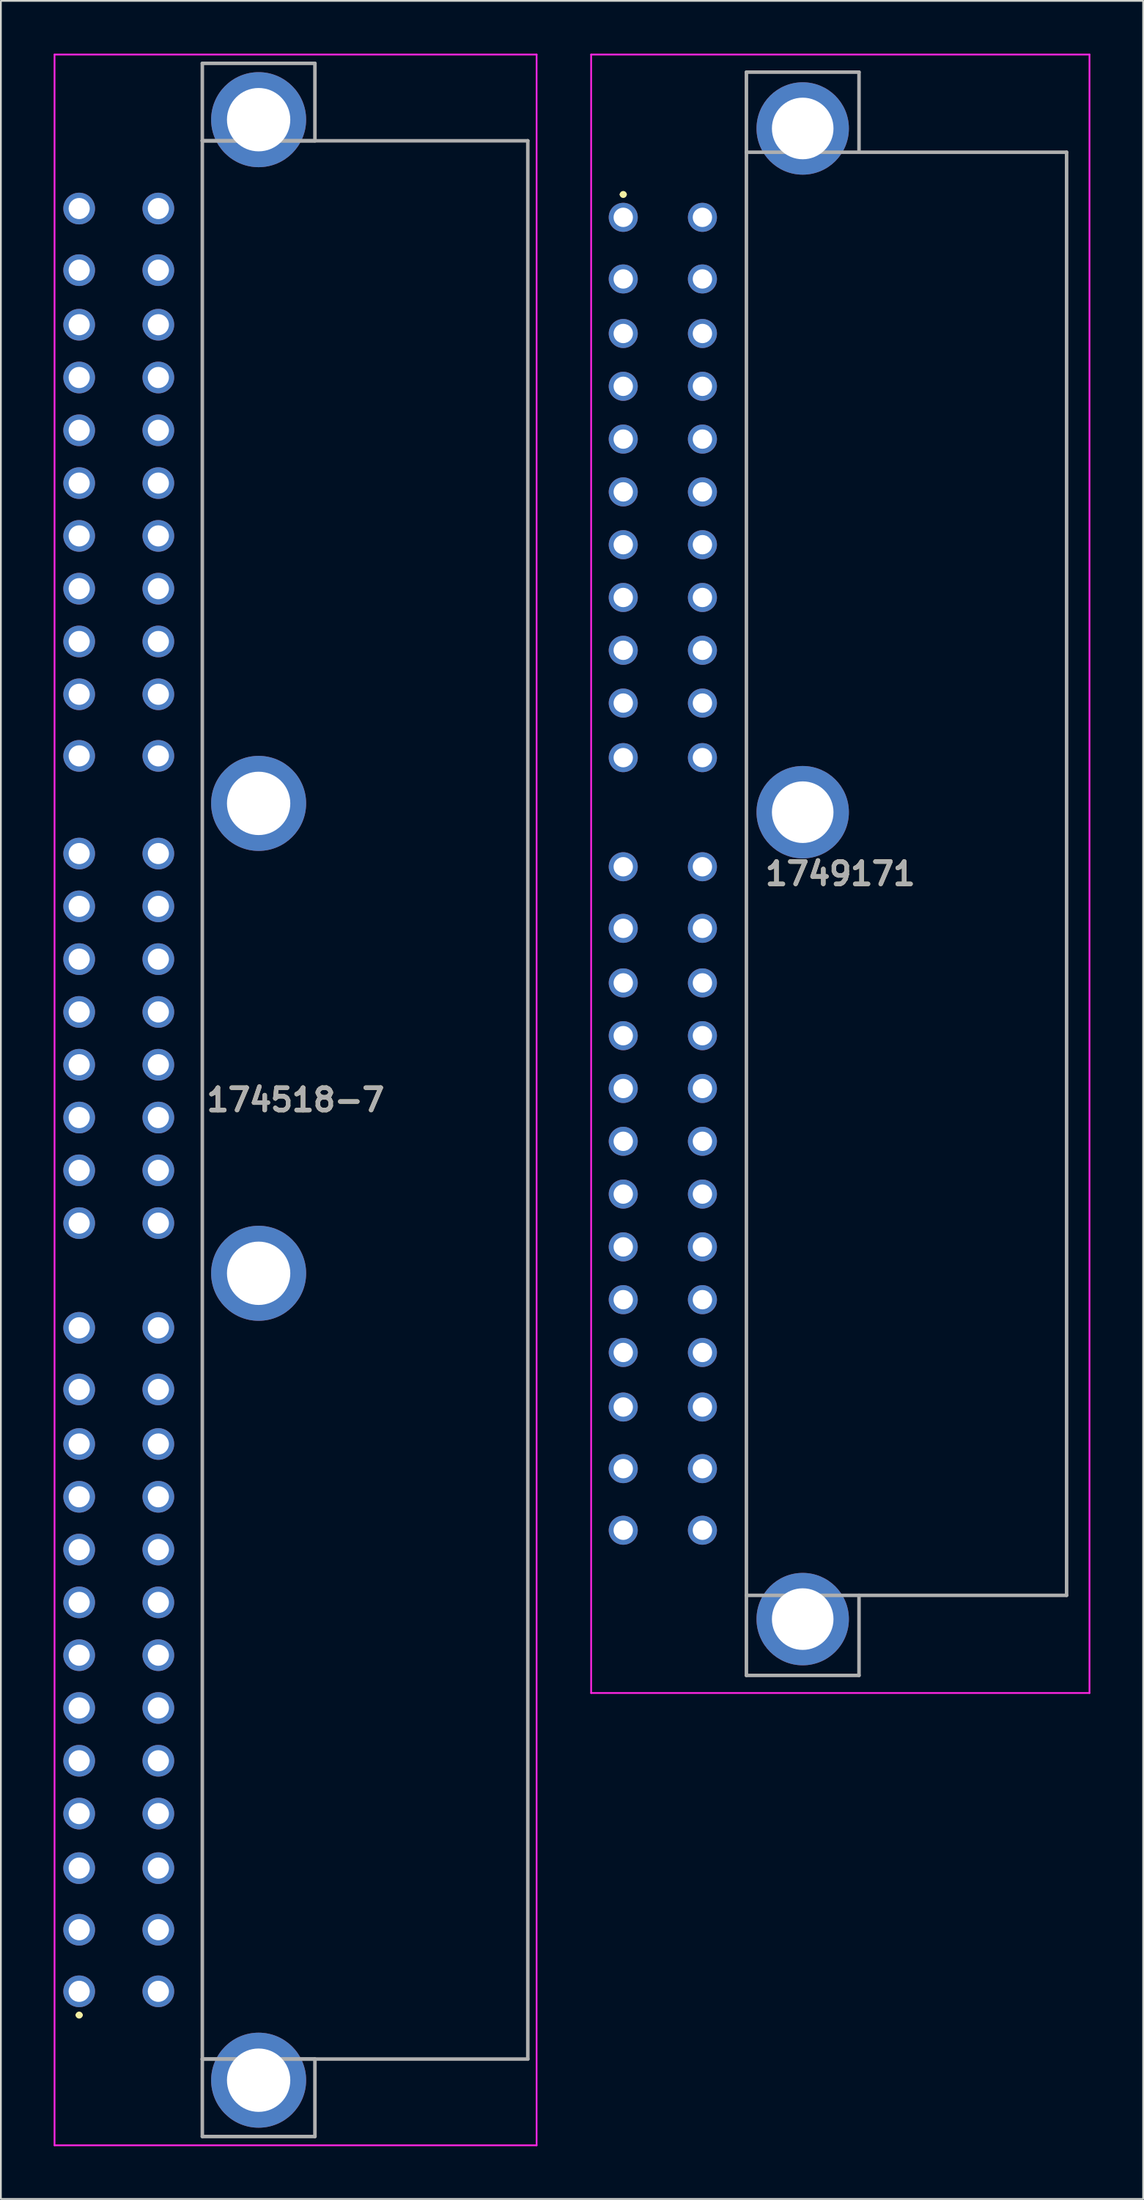
<source format=kicad_pcb>
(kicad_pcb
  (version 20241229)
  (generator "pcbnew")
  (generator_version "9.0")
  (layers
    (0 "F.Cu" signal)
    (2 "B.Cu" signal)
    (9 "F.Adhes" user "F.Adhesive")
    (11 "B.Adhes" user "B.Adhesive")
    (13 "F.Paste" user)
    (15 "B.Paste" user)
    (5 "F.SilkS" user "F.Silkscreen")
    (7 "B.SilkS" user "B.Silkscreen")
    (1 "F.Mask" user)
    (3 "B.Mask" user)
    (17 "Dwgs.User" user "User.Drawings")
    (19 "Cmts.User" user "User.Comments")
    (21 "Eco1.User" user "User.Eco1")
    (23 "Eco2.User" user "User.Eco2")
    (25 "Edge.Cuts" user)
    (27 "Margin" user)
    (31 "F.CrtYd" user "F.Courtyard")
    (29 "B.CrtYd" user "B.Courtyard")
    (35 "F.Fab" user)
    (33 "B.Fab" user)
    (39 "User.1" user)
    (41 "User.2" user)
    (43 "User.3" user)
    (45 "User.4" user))
  (footprint "174518-7"
    (layer "F.Cu")
    (at 1.45 110.1)
    (property "Reference" "174518-7" (at 12.3 -50.65 0) (layer "F.SilkS") (effects (font (size 1.27 1.27) (thickness 0.254))))
    (attr through_hole)
    (fp_line (start -0.1 1.35) (end -0.1 1.35) (stroke (width 0.2) (type solid)) (layer "F.SilkS"))
    (fp_line (start 0.1 1.35) (end 0.1 1.35) (stroke (width 0.2) (type solid)) (layer "F.SilkS"))
    (fp_line (start 7 3.85) (end 7 -105.15) (stroke (width 0.1) (type solid)) (layer "F.SilkS"))
    (fp_line (start 13.4 -105.15) (end 25.5 -105.15) (stroke (width 0.1) (type solid)) (layer "F.SilkS"))
    (fp_line (start 13.4 3.85) (end 25.5 3.85) (stroke (width 0.1) (type solid)) (layer "F.SilkS"))
    (fp_line (start 25.5 -105.15) (end 25.5 3.85) (stroke (width 0.1) (type solid)) (layer "F.SilkS"))
    (fp_arc (start -0.1 1.35) (mid 0 1.25) (end 0.1 1.35) (stroke (width 0.2) (type solid)) (layer "F.SilkS"))
    (fp_arc (start 0.1 1.35) (mid 0 1.45) (end -0.1 1.35) (stroke (width 0.2) (type solid)) (layer "F.SilkS"))
    (fp_line (start -1.4 -110.05) (end 26 -110.05) (stroke (width 0.1) (type solid)) (layer "F.CrtYd"))
    (fp_line (start -1.4 8.75) (end -1.4 -110.05) (stroke (width 0.1) (type solid)) (layer "F.CrtYd"))
    (fp_line (start 26 -110.05) (end 26 8.75) (stroke (width 0.1) (type solid)) (layer "F.CrtYd"))
    (fp_line (start 26 8.75) (end -1.4 8.75) (stroke (width 0.1) (type solid)) (layer "F.CrtYd"))
    (fp_line (start 7 -109.55) (end 7 -105.15) (stroke (width 0.2) (type solid)) (layer "F.Fab"))
    (fp_line (start 7 -105.15) (end 13.4 -105.15) (stroke (width 0.2) (type solid)) (layer "F.Fab"))
    (fp_line (start 7 -105.15) (end 25.5 -105.15) (stroke (width 0.2) (type solid)) (layer "F.Fab"))
    (fp_line (start 7 3.85) (end 7 -105.15) (stroke (width 0.2) (type solid)) (layer "F.Fab"))
    (fp_line (start 7 3.85) (end 13.4 3.85) (stroke (width 0.2) (type solid)) (layer "F.Fab"))
    (fp_line (start 7 8.25) (end 7 3.85) (stroke (width 0.2) (type solid)) (layer "F.Fab"))
    (fp_line (start 13.4 -109.55) (end 7 -109.55) (stroke (width 0.2) (type solid)) (layer "F.Fab"))
    (fp_line (start 13.4 -105.15) (end 13.4 -109.55) (stroke (width 0.2) (type solid)) (layer "F.Fab"))
    (fp_line (start 13.4 3.85) (end 13.4 8.25) (stroke (width 0.2) (type solid)) (layer "F.Fab"))
    (fp_line (start 13.4 8.25) (end 7 8.25) (stroke (width 0.2) (type solid)) (layer "F.Fab"))
    (fp_line (start 25.5 -105.15) (end 25.5 3.85) (stroke (width 0.2) (type solid)) (layer "F.Fab"))
    (fp_line (start 25.5 3.85) (end 7 3.85) (stroke (width 0.2) (type solid)) (layer "F.Fab"))
    (fp_text user "${REFERENCE}" (at 12.3 -50.65 0) (layer "F.Fab") (effects (font (size 1.27 1.27) (thickness 0.254))))
    (pad "1" thru_hole circle (at 0 0) (size 1.8 1.8) (drill 1.2) (layers "*.Cu" "*.Mask"))
    (pad "2" thru_hole circle (at 0 -3.5) (size 1.8 1.8) (drill 1.2) (layers "*.Cu" "*.Mask"))
    (pad "3" thru_hole circle (at 0 -7) (size 1.8 1.8) (drill 1.2) (layers "*.Cu" "*.Mask"))
    (pad "4" thru_hole circle (at 4.5 0) (size 1.8 1.8) (drill 1.2) (layers "*.Cu" "*.Mask"))
    (pad "5" thru_hole circle (at 4.5 -3.5) (size 1.8 1.8) (drill 1.2) (layers "*.Cu" "*.Mask"))
    (pad "6" thru_hole circle (at 4.5 -7) (size 1.8 1.8) (drill 1.2) (layers "*.Cu" "*.Mask"))
    (pad "7" thru_hole circle (at 0 -34.2) (size 1.8 1.8) (drill 1.2) (layers "*.Cu" "*.Mask"))
    (pad "8" thru_hole circle (at 0 -37.7) (size 1.8 1.8) (drill 1.2) (layers "*.Cu" "*.Mask"))
    (pad "9" thru_hole circle (at 4.5 -34.2) (size 1.8 1.8) (drill 1.2) (layers "*.Cu" "*.Mask"))
    (pad "10" thru_hole circle (at 4.5 -37.7) (size 1.8 1.8) (drill 1.2) (layers "*.Cu" "*.Mask"))
    (pad "11" thru_hole circle (at 0 -70.2) (size 1.8 1.8) (drill 1.2) (layers "*.Cu" "*.Mask"))
    (pad "12" thru_hole circle (at 4.5 -70.2) (size 1.8 1.8) (drill 1.2) (layers "*.Cu" "*.Mask"))
    (pad "13" thru_hole circle (at 0 -97.8) (size 1.8 1.8) (drill 1.2) (layers "*.Cu" "*.Mask"))
    (pad "14" thru_hole circle (at 0 -101.3) (size 1.8 1.8) (drill 1.2) (layers "*.Cu" "*.Mask"))
    (pad "15" thru_hole circle (at 4.5 -97.8) (size 1.8 1.8) (drill 1.2) (layers "*.Cu" "*.Mask"))
    (pad "16" thru_hole circle (at 4.5 -101.3) (size 1.8 1.8) (drill 1.2) (layers "*.Cu" "*.Mask"))
    (pad "17" thru_hole circle (at 0 -10.1) (size 1.8 1.8) (drill 1.2) (layers "*.Cu" "*.Mask"))
    (pad "18" thru_hole circle (at 0 -13.1) (size 1.8 1.8) (drill 1.2) (layers "*.Cu" "*.Mask"))
    (pad "19" thru_hole circle (at 0 -16.1) (size 1.8 1.8) (drill 1.2) (layers "*.Cu" "*.Mask"))
    (pad "20" thru_hole circle (at 0 -19.1) (size 1.8 1.8) (drill 1.2) (layers "*.Cu" "*.Mask"))
    (pad "21" thru_hole circle (at 0 -22.1) (size 1.8 1.8) (drill 1.2) (layers "*.Cu" "*.Mask"))
    (pad "22" thru_hole circle (at 0 -25.1) (size 1.8 1.8) (drill 1.2) (layers "*.Cu" "*.Mask"))
    (pad "23" thru_hole circle (at 0 -28.1) (size 1.8 1.8) (drill 1.2) (layers "*.Cu" "*.Mask"))
    (pad "24" thru_hole circle (at 0 -31.1) (size 1.8 1.8) (drill 1.2) (layers "*.Cu" "*.Mask"))
    (pad "25" thru_hole circle (at 4.5 -10.1) (size 1.8 1.8) (drill 1.2) (layers "*.Cu" "*.Mask"))
    (pad "26" thru_hole circle (at 4.5 -13.1) (size 1.8 1.8) (drill 1.2) (layers "*.Cu" "*.Mask"))
    (pad "27" thru_hole circle (at 4.5 -16.1) (size 1.8 1.8) (drill 1.2) (layers "*.Cu" "*.Mask"))
    (pad "28" thru_hole circle (at 4.5 -19.1) (size 1.8 1.8) (drill 1.2) (layers "*.Cu" "*.Mask"))
    (pad "29" thru_hole circle (at 4.5 -22.1) (size 1.8 1.8) (drill 1.2) (layers "*.Cu" "*.Mask"))
    (pad "30" thru_hole circle (at 4.5 -25.1) (size 1.8 1.8) (drill 1.2) (layers "*.Cu" "*.Mask"))
    (pad "31" thru_hole circle (at 4.5 -28.1) (size 1.8 1.8) (drill 1.2) (layers "*.Cu" "*.Mask"))
    (pad "32" thru_hole circle (at 4.5 -31.1) (size 1.8 1.8) (drill 1.2) (layers "*.Cu" "*.Mask"))
    (pad "33" thru_hole circle (at 0 -43.65) (size 1.8 1.8) (drill 1.2) (layers "*.Cu" "*.Mask"))
    (pad "34" thru_hole circle (at 0 -46.65) (size 1.8 1.8) (drill 1.2) (layers "*.Cu" "*.Mask"))
    (pad "35" thru_hole circle (at 0 -49.65) (size 1.8 1.8) (drill 1.2) (layers "*.Cu" "*.Mask"))
    (pad "36" thru_hole circle (at 0 -52.65) (size 1.8 1.8) (drill 1.2) (layers "*.Cu" "*.Mask"))
    (pad "37" thru_hole circle (at 0 -55.65) (size 1.8 1.8) (drill 1.2) (layers "*.Cu" "*.Mask"))
    (pad "38" thru_hole circle (at 0 -58.65) (size 1.8 1.8) (drill 1.2) (layers "*.Cu" "*.Mask"))
    (pad "39" thru_hole circle (at 0 -61.65) (size 1.8 1.8) (drill 1.2) (layers "*.Cu" "*.Mask"))
    (pad "40" thru_hole circle (at 0 -64.65) (size 1.8 1.8) (drill 1.2) (layers "*.Cu" "*.Mask"))
    (pad "41" thru_hole circle (at 4.5 -43.65) (size 1.8 1.8) (drill 1.2) (layers "*.Cu" "*.Mask"))
    (pad "42" thru_hole circle (at 4.5 -46.65) (size 1.8 1.8) (drill 1.2) (layers "*.Cu" "*.Mask"))
    (pad "43" thru_hole circle (at 4.5 -49.65) (size 1.8 1.8) (drill 1.2) (layers "*.Cu" "*.Mask"))
    (pad "44" thru_hole circle (at 4.5 -52.65) (size 1.8 1.8) (drill 1.2) (layers "*.Cu" "*.Mask"))
    (pad "45" thru_hole circle (at 4.5 -55.65) (size 1.8 1.8) (drill 1.2) (layers "*.Cu" "*.Mask"))
    (pad "46" thru_hole circle (at 4.5 -58.65) (size 1.8 1.8) (drill 1.2) (layers "*.Cu" "*.Mask"))
    (pad "47" thru_hole circle (at 4.5 -61.65) (size 1.8 1.8) (drill 1.2) (layers "*.Cu" "*.Mask"))
    (pad "48" thru_hole circle (at 4.5 -64.65) (size 1.8 1.8) (drill 1.2) (layers "*.Cu" "*.Mask"))
    (pad "49" thru_hole circle (at 0 -73.7) (size 1.8 1.8) (drill 1.2) (layers "*.Cu" "*.Mask"))
    (pad "50" thru_hole circle (at 0 -76.7) (size 1.8 1.8) (drill 1.2) (layers "*.Cu" "*.Mask"))
    (pad "51" thru_hole circle (at 0 -79.7) (size 1.8 1.8) (drill 1.2) (layers "*.Cu" "*.Mask"))
    (pad "52" thru_hole circle (at 0 -82.7) (size 1.8 1.8) (drill 1.2) (layers "*.Cu" "*.Mask"))
    (pad "53" thru_hole circle (at 0 -85.7) (size 1.8 1.8) (drill 1.2) (layers "*.Cu" "*.Mask"))
    (pad "54" thru_hole circle (at 0 -88.7) (size 1.8 1.8) (drill 1.2) (layers "*.Cu" "*.Mask"))
    (pad "55" thru_hole circle (at 0 -91.7) (size 1.8 1.8) (drill 1.2) (layers "*.Cu" "*.Mask"))
    (pad "56" thru_hole circle (at 0 -94.7) (size 1.8 1.8) (drill 1.2) (layers "*.Cu" "*.Mask"))
    (pad "57" thru_hole circle (at 4.5 -73.7) (size 1.8 1.8) (drill 1.2) (layers "*.Cu" "*.Mask"))
    (pad "58" thru_hole circle (at 4.5 -76.7) (size 1.8 1.8) (drill 1.2) (layers "*.Cu" "*.Mask"))
    (pad "59" thru_hole circle (at 4.5 -79.7) (size 1.8 1.8) (drill 1.2) (layers "*.Cu" "*.Mask"))
    (pad "60" thru_hole circle (at 4.5 -82.7) (size 1.8 1.8) (drill 1.2) (layers "*.Cu" "*.Mask"))
    (pad "61" thru_hole circle (at 4.5 -85.7) (size 1.8 1.8) (drill 1.2) (layers "*.Cu" "*.Mask"))
    (pad "62" thru_hole circle (at 4.5 -88.7) (size 1.8 1.8) (drill 1.2) (layers "*.Cu" "*.Mask"))
    (pad "63" thru_hole circle (at 4.5 -91.7) (size 1.8 1.8) (drill 1.2) (layers "*.Cu" "*.Mask"))
    (pad "64" thru_hole circle (at 4.5 -94.7) (size 1.8 1.8) (drill 1.2) (layers "*.Cu" "*.Mask"))
    (pad "MH1" thru_hole circle (at 10.2 -106.35) (size 5.4 5.4) (drill 3.6) (layers "*.Cu" "*.Mask"))
    (pad "MH2" thru_hole circle (at 10.2 -67.5) (size 5.4 5.4) (drill 3.6) (layers "*.Cu" "*.Mask"))
    (pad "MH3" thru_hole circle (at 10.2 -40.8) (size 5.4 5.4) (drill 3.6) (layers "*.Cu" "*.Mask"))
    (pad "MH4" thru_hole circle (at 10.2 5.05) (size 5.4 5.4) (drill 3.6) (layers "*.Cu" "*.Mask")))
  (footprint "1749171"
    (layer "F.Cu")
    (at 32.375 9.3)
    (property "Reference" "1749171" (at 12.338 37.3 0) (layer "F.SilkS") (effects (font (size 1.27 1.27) (thickness 0.254))))
    (attr through_hole)
    (fp_line (start -0.1 -1.3) (end -0.1 -1.3) (stroke (width 0.2) (type solid)) (layer "F.SilkS"))
    (fp_line (start 0.1 -1.3) (end 0.1 -1.3) (stroke (width 0.2) (type solid)) (layer "F.SilkS"))
    (fp_line (start 7 -8.25) (end 13.4 -8.25) (stroke (width 0.1) (type solid)) (layer "F.SilkS"))
    (fp_line (start 7 82.85) (end 7 -8.25) (stroke (width 0.1) (type solid)) (layer "F.SilkS"))
    (fp_line (start 13.4 -8.25) (end 13.4 -3.7) (stroke (width 0.1) (type solid)) (layer "F.SilkS"))
    (fp_line (start 13.4 -3.7) (end 25 -3.7) (stroke (width 0.1) (type solid)) (layer "F.SilkS"))
    (fp_line (start 13.4 78.3) (end 13.4 82.85) (stroke (width 0.1) (type solid)) (layer "F.SilkS"))
    (fp_line (start 13.4 82.85) (end 7 82.85) (stroke (width 0.1) (type solid)) (layer "F.SilkS"))
    (fp_line (start 25 -3.7) (end 25.2 -3.7) (stroke (width 0.1) (type solid)) (layer "F.SilkS"))
    (fp_line (start 25.2 -3.7) (end 25.2 78.3) (stroke (width 0.1) (type solid)) (layer "F.SilkS"))
    (fp_line (start 25.2 78.3) (end 13.4 78.3) (stroke (width 0.1) (type solid)) (layer "F.SilkS"))
    (fp_arc (start -0.1 -1.3) (mid 0 -1.4) (end 0.1 -1.3) (stroke (width 0.2) (type solid)) (layer "F.SilkS"))
    (fp_arc (start 0.1 -1.3) (mid 0 -1.2) (end -0.1 -1.3) (stroke (width 0.2) (type solid)) (layer "F.SilkS"))
    (fp_line (start -1.825 -9.25) (end -1.825 83.85) (stroke (width 0.1) (type solid)) (layer "F.CrtYd"))
    (fp_line (start -1.825 83.85) (end 26.5 83.85) (stroke (width 0.1) (type solid)) (layer "F.CrtYd"))
    (fp_line (start 26.5 -9.25) (end -1.825 -9.25) (stroke (width 0.1) (type solid)) (layer "F.CrtYd"))
    (fp_line (start 26.5 83.85) (end 26.5 -9.25) (stroke (width 0.1) (type solid)) (layer "F.CrtYd"))
    (fp_line (start 7 -8.25) (end 13.4 -8.25) (stroke (width 0.2) (type solid)) (layer "F.Fab"))
    (fp_line (start 7 -3.7) (end 7 -8.25) (stroke (width 0.2) (type solid)) (layer "F.Fab"))
    (fp_line (start 7 -3.7) (end 7 78.3) (stroke (width 0.2) (type solid)) (layer "F.Fab"))
    (fp_line (start 7 78.3) (end 7 82.85) (stroke (width 0.2) (type solid)) (layer "F.Fab"))
    (fp_line (start 7 78.3) (end 25.2 78.3) (stroke (width 0.2) (type solid)) (layer "F.Fab"))
    (fp_line (start 7 82.85) (end 13.4 82.85) (stroke (width 0.2) (type solid)) (layer "F.Fab"))
    (fp_line (start 13.4 -8.25) (end 13.4 -3.7) (stroke (width 0.2) (type solid)) (layer "F.Fab"))
    (fp_line (start 13.4 82.85) (end 13.4 78.3) (stroke (width 0.2) (type solid)) (layer "F.Fab"))
    (fp_line (start 25.2 -3.7) (end 7 -3.7) (stroke (width 0.2) (type solid)) (layer "F.Fab"))
    (fp_line (start 25.2 78.3) (end 25.2 -3.7) (stroke (width 0.2) (type solid)) (layer "F.Fab"))
    (fp_text user "${REFERENCE}" (at 12.338 37.3 0) (layer "F.Fab") (effects (font (size 1.27 1.27) (thickness 0.254))))
    (pad "1" thru_hole circle (at 0 0) (size 1.65 1.65) (drill 1.1) (layers "*.Cu" "*.Mask"))
    (pad "2" thru_hole circle (at 0 3.5) (size 1.65 1.65) (drill 1.1) (layers "*.Cu" "*.Mask"))
    (pad "3" thru_hole circle (at 0 6.6) (size 1.65 1.65) (drill 1.1) (layers "*.Cu" "*.Mask"))
    (pad "4" thru_hole circle (at 0 9.6) (size 1.65 1.65) (drill 1.1) (layers "*.Cu" "*.Mask"))
    (pad "5" thru_hole circle (at 0 12.6) (size 1.65 1.65) (drill 1.1) (layers "*.Cu" "*.Mask"))
    (pad "6" thru_hole circle (at 0 15.6) (size 1.65 1.65) (drill 1.1) (layers "*.Cu" "*.Mask"))
    (pad "7" thru_hole circle (at 0 18.6) (size 1.65 1.65) (drill 1.1) (layers "*.Cu" "*.Mask"))
    (pad "8" thru_hole circle (at 0 21.6) (size 1.65 1.65) (drill 1.1) (layers "*.Cu" "*.Mask"))
    (pad "9" thru_hole circle (at 0 24.6) (size 1.65 1.65) (drill 1.1) (layers "*.Cu" "*.Mask"))
    (pad "10" thru_hole circle (at 0 27.6) (size 1.65 1.65) (drill 1.1) (layers "*.Cu" "*.Mask"))
    (pad "11" thru_hole circle (at 0 30.7) (size 1.65 1.65) (drill 1.1) (layers "*.Cu" "*.Mask"))
    (pad "12" thru_hole circle (at 0 36.9) (size 1.65 1.65) (drill 1.1) (layers "*.Cu" "*.Mask"))
    (pad "13" thru_hole circle (at 0 40.4) (size 1.65 1.65) (drill 1.1) (layers "*.Cu" "*.Mask"))
    (pad "14" thru_hole circle (at 0 43.5) (size 1.65 1.65) (drill 1.1) (layers "*.Cu" "*.Mask"))
    (pad "15" thru_hole circle (at 0 46.5) (size 1.65 1.65) (drill 1.1) (layers "*.Cu" "*.Mask"))
    (pad "16" thru_hole circle (at 0 49.5) (size 1.65 1.65) (drill 1.1) (layers "*.Cu" "*.Mask"))
    (pad "17" thru_hole circle (at 0 52.5) (size 1.65 1.65) (drill 1.1) (layers "*.Cu" "*.Mask"))
    (pad "18" thru_hole circle (at 0 55.5) (size 1.65 1.65) (drill 1.1) (layers "*.Cu" "*.Mask"))
    (pad "19" thru_hole circle (at 0 58.5) (size 1.65 1.65) (drill 1.1) (layers "*.Cu" "*.Mask"))
    (pad "20" thru_hole circle (at 0 61.5) (size 1.65 1.65) (drill 1.1) (layers "*.Cu" "*.Mask"))
    (pad "21" thru_hole circle (at 0 64.5) (size 1.65 1.65) (drill 1.1) (layers "*.Cu" "*.Mask"))
    (pad "22" thru_hole circle (at 0 67.6) (size 1.65 1.65) (drill 1.1) (layers "*.Cu" "*.Mask"))
    (pad "23" thru_hole circle (at 0 71.1) (size 1.65 1.65) (drill 1.1) (layers "*.Cu" "*.Mask"))
    (pad "24" thru_hole circle (at 0 74.6) (size 1.65 1.65) (drill 1.1) (layers "*.Cu" "*.Mask"))
    (pad "25" thru_hole circle (at 4.5 0) (size 1.65 1.65) (drill 1.1) (layers "*.Cu" "*.Mask"))
    (pad "26" thru_hole circle (at 4.5 3.5) (size 1.65 1.65) (drill 1.1) (layers "*.Cu" "*.Mask"))
    (pad "27" thru_hole circle (at 4.5 6.6) (size 1.65 1.65) (drill 1.1) (layers "*.Cu" "*.Mask"))
    (pad "28" thru_hole circle (at 4.5 9.6) (size 1.65 1.65) (drill 1.1) (layers "*.Cu" "*.Mask"))
    (pad "29" thru_hole circle (at 4.5 12.6) (size 1.65 1.65) (drill 1.1) (layers "*.Cu" "*.Mask"))
    (pad "30" thru_hole circle (at 4.5 15.6) (size 1.65 1.65) (drill 1.1) (layers "*.Cu" "*.Mask"))
    (pad "31" thru_hole circle (at 4.5 18.6) (size 1.65 1.65) (drill 1.1) (layers "*.Cu" "*.Mask"))
    (pad "32" thru_hole circle (at 4.5 21.6) (size 1.65 1.65) (drill 1.1) (layers "*.Cu" "*.Mask"))
    (pad "33" thru_hole circle (at 4.5 24.6) (size 1.65 1.65) (drill 1.1) (layers "*.Cu" "*.Mask"))
    (pad "34" thru_hole circle (at 4.5 27.6) (size 1.65 1.65) (drill 1.1) (layers "*.Cu" "*.Mask"))
    (pad "35" thru_hole circle (at 4.5 30.7) (size 1.65 1.65) (drill 1.1) (layers "*.Cu" "*.Mask"))
    (pad "36" thru_hole circle (at 4.5 36.9) (size 1.65 1.65) (drill 1.1) (layers "*.Cu" "*.Mask"))
    (pad "37" thru_hole circle (at 4.5 40.4) (size 1.65 1.65) (drill 1.1) (layers "*.Cu" "*.Mask"))
    (pad "38" thru_hole circle (at 4.5 43.5) (size 1.65 1.65) (drill 1.1) (layers "*.Cu" "*.Mask"))
    (pad "39" thru_hole circle (at 4.5 46.5) (size 1.65 1.65) (drill 1.1) (layers "*.Cu" "*.Mask"))
    (pad "40" thru_hole circle (at 4.5 49.5) (size 1.65 1.65) (drill 1.1) (layers "*.Cu" "*.Mask"))
    (pad "41" thru_hole circle (at 4.5 52.5) (size 1.65 1.65) (drill 1.1) (layers "*.Cu" "*.Mask"))
    (pad "42" thru_hole circle (at 4.5 55.5) (size 1.65 1.65) (drill 1.1) (layers "*.Cu" "*.Mask"))
    (pad "43" thru_hole circle (at 4.5 58.5) (size 1.65 1.65) (drill 1.1) (layers "*.Cu" "*.Mask"))
    (pad "44" thru_hole circle (at 4.5 61.5) (size 1.65 1.65) (drill 1.1) (layers "*.Cu" "*.Mask"))
    (pad "45" thru_hole circle (at 4.5 64.5) (size 1.65 1.65) (drill 1.1) (layers "*.Cu" "*.Mask"))
    (pad "46" thru_hole circle (at 4.5 67.6) (size 1.65 1.65) (drill 1.1) (layers "*.Cu" "*.Mask"))
    (pad "47" thru_hole circle (at 4.5 71.1) (size 1.65 1.65) (drill 1.1) (layers "*.Cu" "*.Mask"))
    (pad "48" thru_hole circle (at 4.5 74.6) (size 1.65 1.65) (drill 1.1) (layers "*.Cu" "*.Mask"))
    (pad "MH1" thru_hole circle (at 10.2 79.65) (size 5.25 5.25) (drill 3.5) (layers "*.Cu" "*.Mask"))
    (pad "MH2" thru_hole circle (at 10.2 33.8) (size 5.25 5.25) (drill 3.5) (layers "*.Cu" "*.Mask"))
    (pad "MH3" thru_hole circle (at 10.2 -5.05) (size 5.25 5.25) (drill 3.5) (layers "*.Cu" "*.Mask")))
  (gr_rect
    (start -3 -3)
    (end 61.925 121.9)
    (stroke (width 0.1) (type default))
    (fill no)
    (layer "Edge.Cuts")))
</source>
